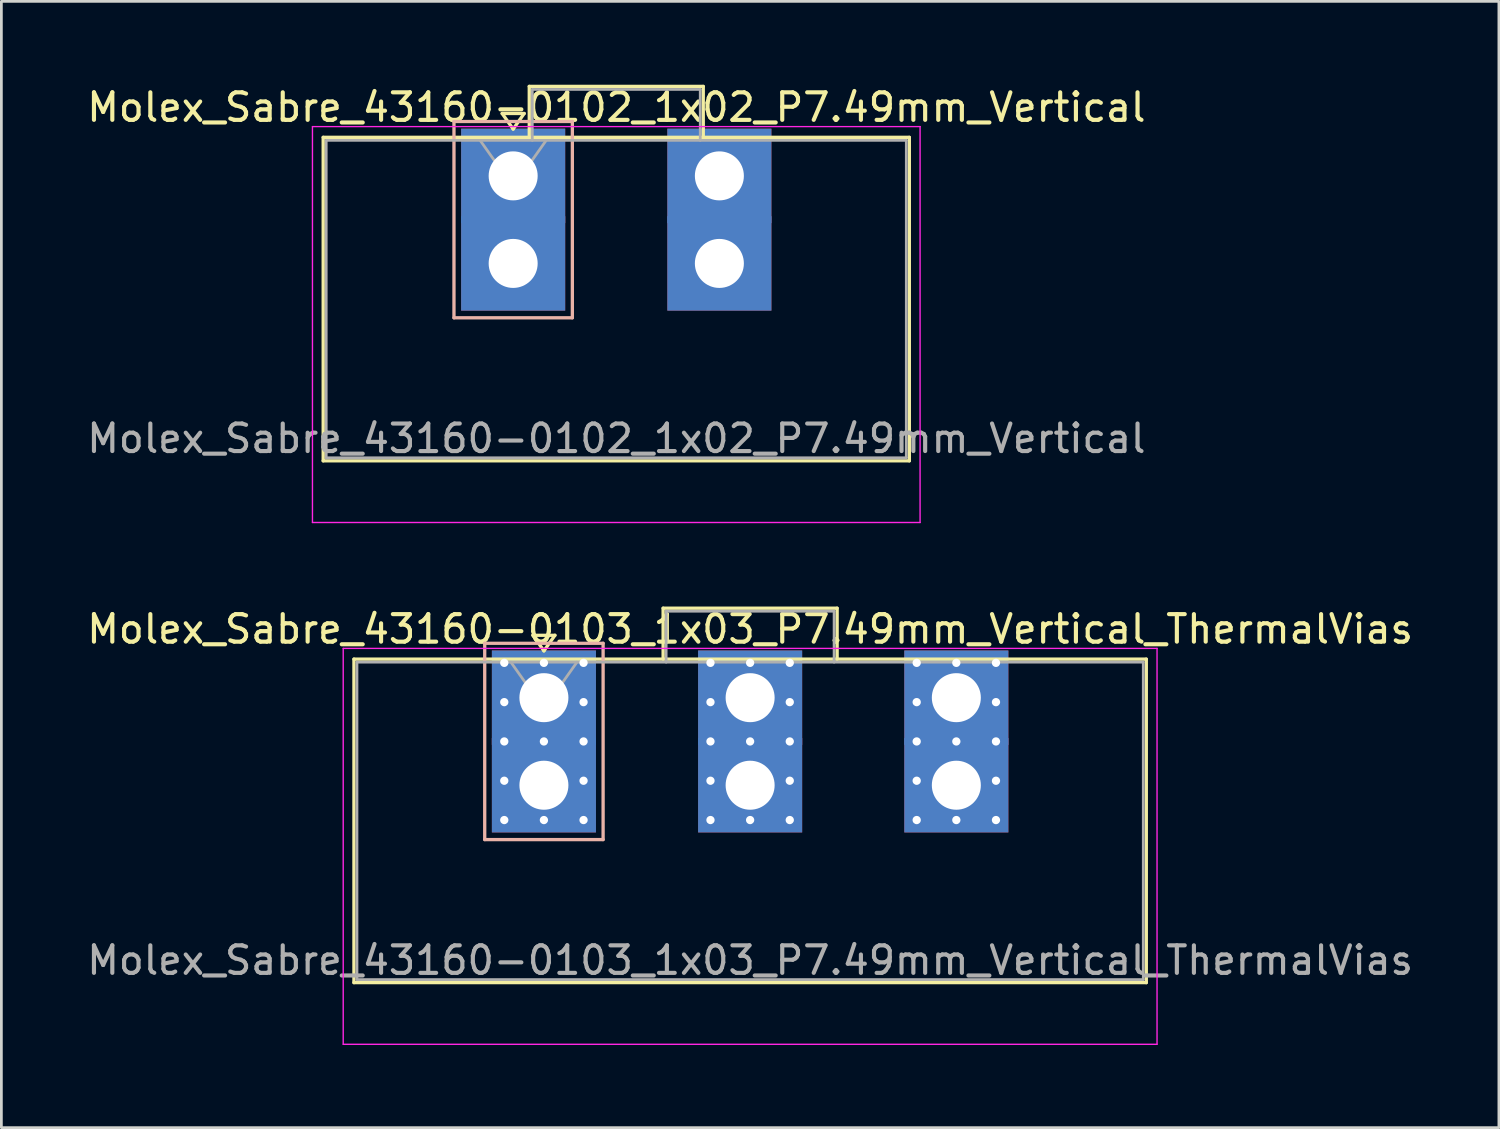
<source format=kicad_pcb>
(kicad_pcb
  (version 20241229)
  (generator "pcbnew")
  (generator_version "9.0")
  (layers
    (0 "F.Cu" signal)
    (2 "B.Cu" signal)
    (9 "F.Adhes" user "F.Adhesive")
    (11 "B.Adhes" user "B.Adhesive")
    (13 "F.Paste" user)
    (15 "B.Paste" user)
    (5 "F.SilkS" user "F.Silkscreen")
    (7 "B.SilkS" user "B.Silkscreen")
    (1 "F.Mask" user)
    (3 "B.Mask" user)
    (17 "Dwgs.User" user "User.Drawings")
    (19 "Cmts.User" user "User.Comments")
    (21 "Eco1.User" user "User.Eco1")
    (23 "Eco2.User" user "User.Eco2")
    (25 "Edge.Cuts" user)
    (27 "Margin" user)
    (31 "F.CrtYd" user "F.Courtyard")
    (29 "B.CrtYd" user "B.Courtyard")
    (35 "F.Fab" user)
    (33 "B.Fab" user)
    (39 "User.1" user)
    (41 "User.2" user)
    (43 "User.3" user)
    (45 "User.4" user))
  (footprint "Molex_Sabre_43160-0102_1x02_P7.49mm_Vertical"
    (layer "F.Cu")
    (at 15.589 6.518)
    (property "Reference" "Molex_Sabre_43160-0102_1x02_P7.49mm_Vertical" (at 3.75 -5.67 0) (layer "F.SilkS") (effects (font (size 1 1) (thickness 0.15))))
    (attr through_hole)
    (fp_line (start -6.9 -4.58) (end -6.9 7.17) (stroke (width 0.12) (type solid)) (layer "F.SilkS"))
    (fp_line (start -6.9 7.17) (end 14.39 7.17) (stroke (width 0.12) (type solid)) (layer "F.SilkS"))
    (fp_line (start -0.4 -5.446) (end 0 -4.88) (stroke (width 0.12) (type solid)) (layer "F.SilkS"))
    (fp_line (start 0 -4.88) (end 0.4 -5.446) (stroke (width 0.12) (type solid)) (layer "F.SilkS"))
    (fp_line (start 0.4 -5.446) (end -0.4 -5.446) (stroke (width 0.12) (type solid)) (layer "F.SilkS"))
    (fp_line (start 0.585 -6.43) (end 6.905 -6.43) (stroke (width 0.12) (type solid)) (layer "F.SilkS"))
    (fp_line (start 0.585 -4.58) (end 0.585 -6.43) (stroke (width 0.12) (type solid)) (layer "F.SilkS"))
    (fp_line (start 6.905 -6.43) (end 6.905 -4.58) (stroke (width 0.12) (type solid)) (layer "F.SilkS"))
    (fp_line (start 14.39 -4.58) (end -6.9 -4.58) (stroke (width 0.12) (type solid)) (layer "F.SilkS"))
    (fp_line (start 14.39 7.17) (end 14.39 -4.58) (stroke (width 0.12) (type solid)) (layer "F.SilkS"))
    (fp_line (start -2.15 -5.155) (end -2.15 1.975) (stroke (width 0.12) (type solid)) (layer "B.SilkS"))
    (fp_line (start -2.15 1.975) (end 2.15 1.975) (stroke (width 0.12) (type solid)) (layer "B.SilkS"))
    (fp_line (start 2.15 -5.155) (end -2.15 -5.155) (stroke (width 0.12) (type solid)) (layer "B.SilkS"))
    (fp_line (start 2.15 1.975) (end 2.15 -5.155) (stroke (width 0.12) (type solid)) (layer "B.SilkS"))
    (fp_line (start -7.29 -4.97) (end -7.29 9.41) (stroke (width 0.05) (type solid)) (layer "F.CrtYd"))
    (fp_line (start -7.29 9.41) (end 14.78 9.41) (stroke (width 0.05) (type solid)) (layer "F.CrtYd"))
    (fp_line (start 14.78 -4.97) (end -7.29 -4.97) (stroke (width 0.05) (type solid)) (layer "F.CrtYd"))
    (fp_line (start 14.78 9.41) (end 14.78 -4.97) (stroke (width 0.05) (type solid)) (layer "F.CrtYd"))
    (fp_line (start -6.79 -4.47) (end -6.79 7.06) (stroke (width 0.1) (type solid)) (layer "F.Fab"))
    (fp_line (start -6.79 7.06) (end 14.28 7.06) (stroke (width 0.1) (type solid)) (layer "F.Fab"))
    (fp_line (start -1.2 -4.47) (end 0 -2.773) (stroke (width 0.1) (type solid)) (layer "F.Fab"))
    (fp_line (start 0 -2.773) (end 1.2 -4.47) (stroke (width 0.1) (type solid)) (layer "F.Fab"))
    (fp_line (start 0.695 -6.32) (end 6.795 -6.32) (stroke (width 0.1) (type solid)) (layer "F.Fab"))
    (fp_line (start 0.695 -4.47) (end 0.695 -6.32) (stroke (width 0.1) (type solid)) (layer "F.Fab"))
    (fp_line (start 6.795 -6.32) (end 6.795 -4.47) (stroke (width 0.1) (type solid)) (layer "F.Fab"))
    (fp_line (start 14.28 -4.47) (end -6.79 -4.47) (stroke (width 0.1) (type solid)) (layer "F.Fab"))
    (fp_line (start 14.28 7.06) (end 14.28 -4.47) (stroke (width 0.1) (type solid)) (layer "F.Fab"))
    (fp_text user "${REFERENCE}" (at 3.75 6.36 0) (layer "F.Fab") (effects (font (size 1 1) (thickness 0.15))))
    (pad "1" thru_hole rect (at 0 -3.18) (size 3.78 3.43) (drill 1.78) (layers "*.Cu" "*.Mask"))
    (pad "1" thru_hole rect (at 0 0) (size 3.78 3.43) (drill 1.78) (layers "*.Cu" "*.Mask"))
    (pad "2" thru_hole rect (at 7.49 -3.18) (size 3.78 3.43) (drill 1.78) (layers "*.Cu" "*.Mask"))
    (pad "2" thru_hole rect (at 7.49 0) (size 3.78 3.43) (drill 1.78) (layers "*.Cu" "*.Mask")))
  (footprint "Molex_Sabre_43160-0103_1x03_P7.49mm_Vertical_ThermalVias"
    (layer "F.Cu")
    (at 16.706 25.471)
    (property "Reference" "Molex_Sabre_43160-0103_1x03_P7.49mm_Vertical_ThermalVias" (at 7.49 -5.67 0) (layer "F.SilkS") (effects (font (size 1 1) (thickness 0.15))))
    (attr through_hole)
    (fp_line (start -6.9 -4.58) (end -6.9 7.17) (stroke (width 0.12) (type solid)) (layer "F.SilkS"))
    (fp_line (start -6.9 7.17) (end 21.88 7.17) (stroke (width 0.12) (type solid)) (layer "F.SilkS"))
    (fp_line (start -0.4 -5.446) (end 0 -4.88) (stroke (width 0.12) (type solid)) (layer "F.SilkS"))
    (fp_line (start 0 -4.88) (end 0.4 -5.446) (stroke (width 0.12) (type solid)) (layer "F.SilkS"))
    (fp_line (start 0.4 -5.446) (end -0.4 -5.446) (stroke (width 0.12) (type solid)) (layer "F.SilkS"))
    (fp_line (start 4.33 -6.43) (end 10.65 -6.43) (stroke (width 0.12) (type solid)) (layer "F.SilkS"))
    (fp_line (start 4.33 -4.58) (end 4.33 -6.43) (stroke (width 0.12) (type solid)) (layer "F.SilkS"))
    (fp_line (start 10.65 -6.43) (end 10.65 -4.58) (stroke (width 0.12) (type solid)) (layer "F.SilkS"))
    (fp_line (start 21.88 -4.58) (end -6.9 -4.58) (stroke (width 0.12) (type solid)) (layer "F.SilkS"))
    (fp_line (start 21.88 7.17) (end 21.88 -4.58) (stroke (width 0.12) (type solid)) (layer "F.SilkS"))
    (fp_line (start -2.15 -5.155) (end -2.15 1.975) (stroke (width 0.12) (type solid)) (layer "B.SilkS"))
    (fp_line (start -2.15 1.975) (end 2.15 1.975) (stroke (width 0.12) (type solid)) (layer "B.SilkS"))
    (fp_line (start 2.15 -5.155) (end -2.15 -5.155) (stroke (width 0.12) (type solid)) (layer "B.SilkS"))
    (fp_line (start 2.15 1.975) (end 2.15 -5.155) (stroke (width 0.12) (type solid)) (layer "B.SilkS"))
    (fp_line (start -7.29 -4.97) (end -7.29 9.41) (stroke (width 0.05) (type solid)) (layer "F.CrtYd"))
    (fp_line (start -7.29 9.41) (end 22.27 9.41) (stroke (width 0.05) (type solid)) (layer "F.CrtYd"))
    (fp_line (start 22.27 -4.97) (end -7.29 -4.97) (stroke (width 0.05) (type solid)) (layer "F.CrtYd"))
    (fp_line (start 22.27 9.41) (end 22.27 -4.97) (stroke (width 0.05) (type solid)) (layer "F.CrtYd"))
    (fp_line (start -6.79 -4.47) (end -6.79 7.06) (stroke (width 0.1) (type solid)) (layer "F.Fab"))
    (fp_line (start -6.79 7.06) (end 21.77 7.06) (stroke (width 0.1) (type solid)) (layer "F.Fab"))
    (fp_line (start -1.2 -4.47) (end 0 -2.773) (stroke (width 0.1) (type solid)) (layer "F.Fab"))
    (fp_line (start 0 -2.773) (end 1.2 -4.47) (stroke (width 0.1) (type solid)) (layer "F.Fab"))
    (fp_line (start 4.44 -6.32) (end 10.54 -6.32) (stroke (width 0.1) (type solid)) (layer "F.Fab"))
    (fp_line (start 4.44 -4.47) (end 4.44 -6.32) (stroke (width 0.1) (type solid)) (layer "F.Fab"))
    (fp_line (start 10.54 -6.32) (end 10.54 -4.47) (stroke (width 0.1) (type solid)) (layer "F.Fab"))
    (fp_line (start 21.77 -4.47) (end -6.79 -4.47) (stroke (width 0.1) (type solid)) (layer "F.Fab"))
    (fp_line (start 21.77 7.06) (end 21.77 -4.47) (stroke (width 0.1) (type solid)) (layer "F.Fab"))
    (fp_text user "${REFERENCE}" (at 7.49 6.36 0) (layer "F.Fab") (effects (font (size 1 1) (thickness 0.15))))
    (pad "1" thru_hole rect (at -1.44 -4.445) (size 0.6 0.6) (drill 0.3) (layers "*.Cu" "*.Mask"))
    (pad "1" thru_hole rect (at -1.44 -3.018) (size 0.6 0.6) (drill 0.3) (layers "*.Cu" "*.Mask"))
    (pad "1" thru_hole rect (at -1.44 -1.59) (size 0.6 0.6) (drill 0.3) (layers "*.Cu" "*.Mask"))
    (pad "1" thru_hole rect (at -1.44 -0.163) (size 0.6 0.6) (drill 0.3) (layers "*.Cu" "*.Mask"))
    (pad "1" thru_hole rect (at -1.44 1.265) (size 0.6 0.6) (drill 0.3) (layers "*.Cu" "*.Mask"))
    (pad "1" thru_hole rect (at 0 -4.445) (size 0.6 0.6) (drill 0.3) (layers "*.Cu" "*.Mask"))
    (pad "1" thru_hole rect (at 0 -3.18) (size 3.78 3.43) (drill 1.78) (layers "*.Cu" "*.Mask"))
    (pad "1" thru_hole rect (at 0 -1.59) (size 0.6 0.6) (drill 0.3) (layers "*.Cu" "*.Mask"))
    (pad "1" thru_hole rect (at 0 0) (size 3.78 3.43) (drill 1.78) (layers "*.Cu" "*.Mask"))
    (pad "1" thru_hole rect (at 0 1.265) (size 0.6 0.6) (drill 0.3) (layers "*.Cu" "*.Mask"))
    (pad "1" thru_hole rect (at 1.44 -4.445) (size 0.6 0.6) (drill 0.3) (layers "*.Cu" "*.Mask"))
    (pad "1" thru_hole rect (at 1.44 -3.018) (size 0.6 0.6) (drill 0.3) (layers "*.Cu" "*.Mask"))
    (pad "1" thru_hole rect (at 1.44 -1.59) (size 0.6 0.6) (drill 0.3) (layers "*.Cu" "*.Mask"))
    (pad "1" thru_hole rect (at 1.44 -0.163) (size 0.6 0.6) (drill 0.3) (layers "*.Cu" "*.Mask"))
    (pad "1" thru_hole rect (at 1.44 1.265) (size 0.6 0.6) (drill 0.3) (layers "*.Cu" "*.Mask"))
    (pad "2" thru_hole circle (at 6.05 -4.445) (size 0.6 0.6) (drill 0.3) (layers "*.Cu" "*.Mask"))
    (pad "2" thru_hole circle (at 6.05 -3.018) (size 0.6 0.6) (drill 0.3) (layers "*.Cu" "*.Mask"))
    (pad "2" thru_hole circle (at 6.05 -1.59) (size 0.6 0.6) (drill 0.3) (layers "*.Cu" "*.Mask"))
    (pad "2" thru_hole circle (at 6.05 -0.163) (size 0.6 0.6) (drill 0.3) (layers "*.Cu" "*.Mask"))
    (pad "2" thru_hole circle (at 6.05 1.265) (size 0.6 0.6) (drill 0.3) (layers "*.Cu" "*.Mask"))
    (pad "2" thru_hole circle (at 7.49 -4.445) (size 0.6 0.6) (drill 0.3) (layers "*.Cu" "*.Mask"))
    (pad "2" thru_hole rect (at 7.49 -3.18) (size 3.78 3.43) (drill 1.78) (layers "*.Cu" "*.Mask"))
    (pad "2" thru_hole circle (at 7.49 -1.59) (size 0.6 0.6) (drill 0.3) (layers "*.Cu" "*.Mask"))
    (pad "2" thru_hole rect (at 7.49 0) (size 3.78 3.43) (drill 1.78) (layers "*.Cu" "*.Mask"))
    (pad "2" thru_hole circle (at 7.49 1.265) (size 0.6 0.6) (drill 0.3) (layers "*.Cu" "*.Mask"))
    (pad "2" thru_hole circle (at 8.93 -4.445) (size 0.6 0.6) (drill 0.3) (layers "*.Cu" "*.Mask"))
    (pad "2" thru_hole circle (at 8.93 -3.018) (size 0.6 0.6) (drill 0.3) (layers "*.Cu" "*.Mask"))
    (pad "2" thru_hole circle (at 8.93 -1.59) (size 0.6 0.6) (drill 0.3) (layers "*.Cu" "*.Mask"))
    (pad "2" thru_hole circle (at 8.93 -0.163) (size 0.6 0.6) (drill 0.3) (layers "*.Cu" "*.Mask"))
    (pad "2" thru_hole circle (at 8.93 1.265) (size 0.6 0.6) (drill 0.3) (layers "*.Cu" "*.Mask"))
    (pad "3" thru_hole circle (at 13.54 -4.445) (size 0.6 0.6) (drill 0.3) (layers "*.Cu" "*.Mask"))
    (pad "3" thru_hole circle (at 13.54 -3.018) (size 0.6 0.6) (drill 0.3) (layers "*.Cu" "*.Mask"))
    (pad "3" thru_hole circle (at 13.54 -1.59) (size 0.6 0.6) (drill 0.3) (layers "*.Cu" "*.Mask"))
    (pad "3" thru_hole circle (at 13.54 -0.163) (size 0.6 0.6) (drill 0.3) (layers "*.Cu" "*.Mask"))
    (pad "3" thru_hole circle (at 13.54 1.265) (size 0.6 0.6) (drill 0.3) (layers "*.Cu" "*.Mask"))
    (pad "3" thru_hole circle (at 14.98 -4.445) (size 0.6 0.6) (drill 0.3) (layers "*.Cu" "*.Mask"))
    (pad "3" thru_hole rect (at 14.98 -3.18) (size 3.78 3.43) (drill 1.78) (layers "*.Cu" "*.Mask"))
    (pad "3" thru_hole circle (at 14.98 -1.59) (size 0.6 0.6) (drill 0.3) (layers "*.Cu" "*.Mask"))
    (pad "3" thru_hole rect (at 14.98 0) (size 3.78 3.43) (drill 1.78) (layers "*.Cu" "*.Mask"))
    (pad "3" thru_hole circle (at 14.98 1.265) (size 0.6 0.6) (drill 0.3) (layers "*.Cu" "*.Mask"))
    (pad "3" thru_hole circle (at 16.42 -4.445) (size 0.6 0.6) (drill 0.3) (layers "*.Cu" "*.Mask"))
    (pad "3" thru_hole circle (at 16.42 -3.018) (size 0.6 0.6) (drill 0.3) (layers "*.Cu" "*.Mask"))
    (pad "3" thru_hole circle (at 16.42 -1.59) (size 0.6 0.6) (drill 0.3) (layers "*.Cu" "*.Mask"))
    (pad "3" thru_hole circle (at 16.42 -0.163) (size 0.6 0.6) (drill 0.3) (layers "*.Cu" "*.Mask"))
    (pad "3" thru_hole circle (at 16.42 1.265) (size 0.6 0.6) (drill 0.3) (layers "*.Cu" "*.Mask")))
  (gr_rect
    (start -3 -3)
    (end 51.393 37.907)
    (stroke (width 0.1) (type default))
    (fill no)
    (layer "Edge.Cuts")))
</source>
